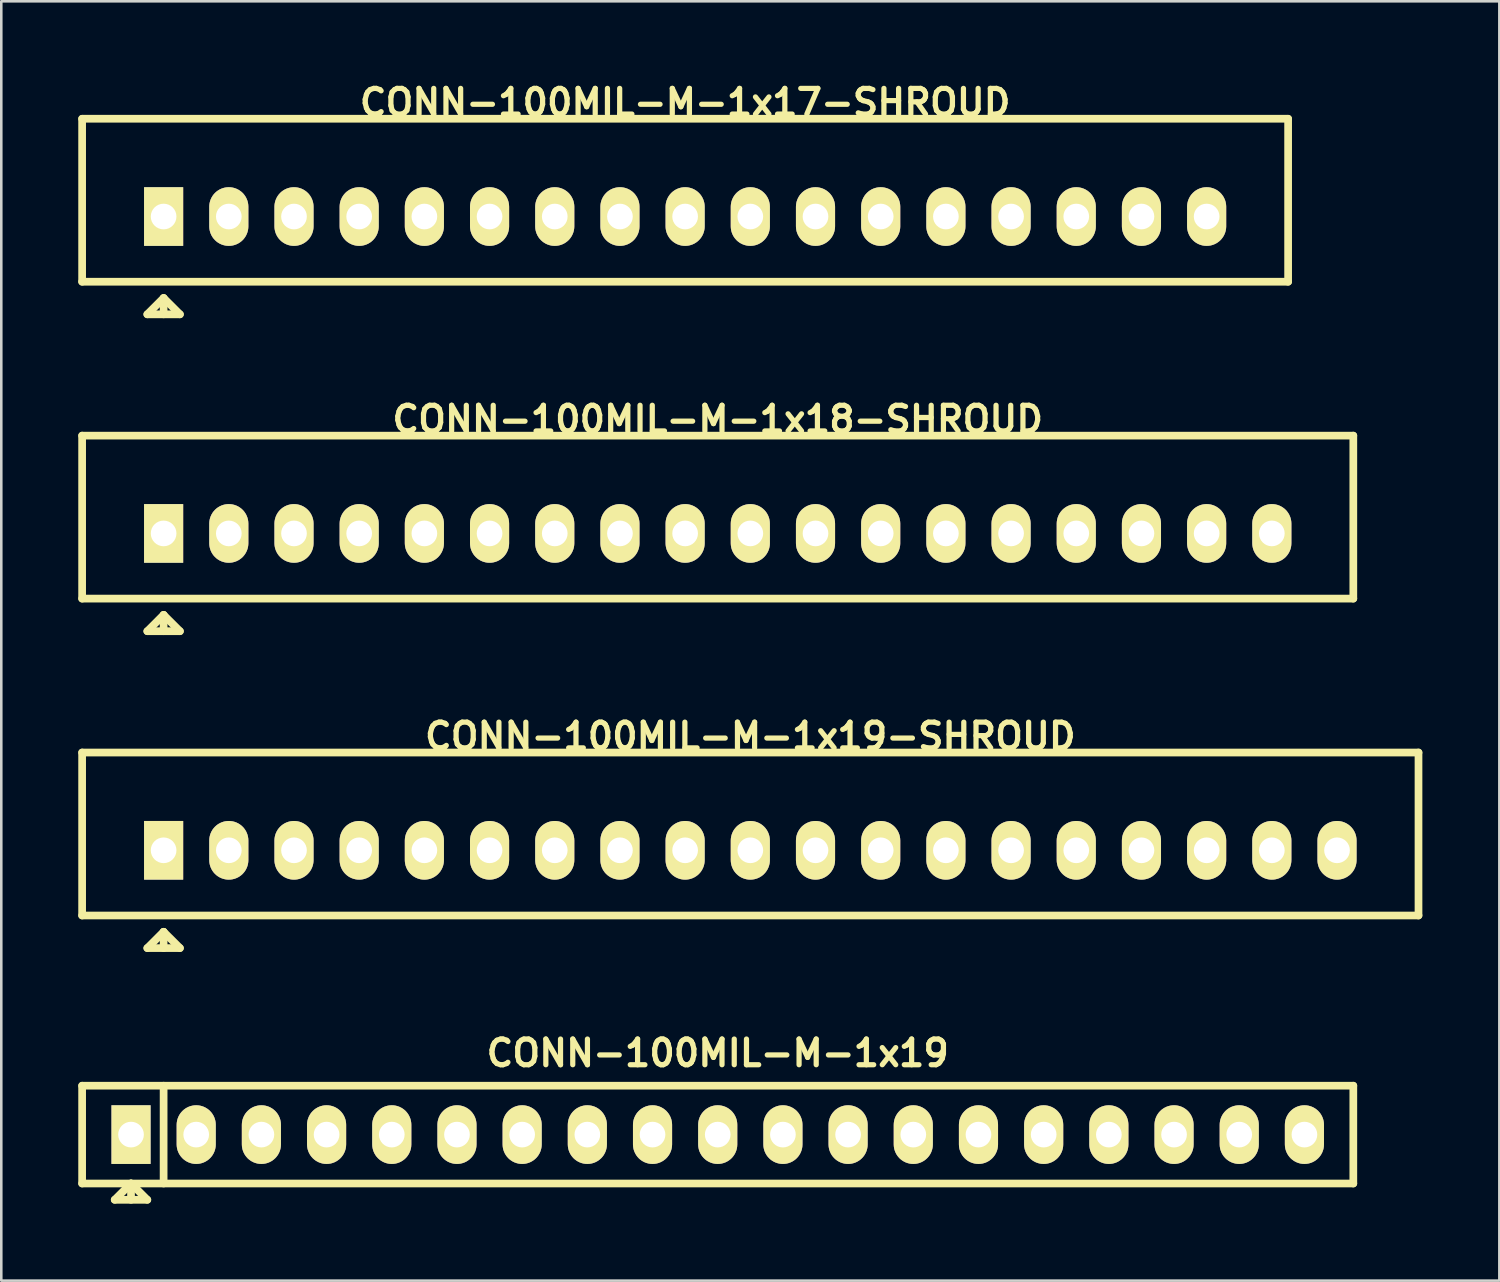
<source format=kicad_pcb>
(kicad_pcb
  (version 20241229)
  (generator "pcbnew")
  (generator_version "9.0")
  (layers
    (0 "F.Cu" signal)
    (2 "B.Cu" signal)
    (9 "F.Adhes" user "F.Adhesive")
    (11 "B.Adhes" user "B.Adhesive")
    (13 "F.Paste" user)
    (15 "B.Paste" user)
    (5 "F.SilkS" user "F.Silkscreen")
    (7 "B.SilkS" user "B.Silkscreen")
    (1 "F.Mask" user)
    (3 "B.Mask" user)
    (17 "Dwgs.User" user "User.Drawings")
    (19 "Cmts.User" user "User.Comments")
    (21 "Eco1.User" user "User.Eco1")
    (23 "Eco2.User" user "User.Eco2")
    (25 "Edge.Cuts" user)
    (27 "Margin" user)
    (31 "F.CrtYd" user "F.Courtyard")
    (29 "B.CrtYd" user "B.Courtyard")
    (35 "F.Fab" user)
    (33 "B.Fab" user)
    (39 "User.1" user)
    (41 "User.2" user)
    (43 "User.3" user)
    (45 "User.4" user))
  (footprint "CONN-100MIL-M-1x19-SHROUD"
    (layer "F.Cu")
    (at 26.185 30.081)
    (property "Reference" "CONN-100MIL-M-1x19-SHROUD" (at 0 -4.445 0) (layer "F.SilkS") (effects (font (size 1.001 1.001) (thickness 0.203))))
    (attr through_hole)
    (fp_line (start -26.035 2.54) (end -26.035 -3.81) (stroke (width 0.3) (type solid)) (layer "F.SilkS"))
    (fp_line (start -26.035 2.54) (end 26.035 2.54) (stroke (width 0.3) (type solid)) (layer "F.SilkS"))
    (fp_line (start -23.495 3.81) (end -22.225 3.81) (stroke (width 0.3) (type solid)) (layer "F.SilkS"))
    (fp_line (start -22.86 3.175) (end -23.495 3.81) (stroke (width 0.3) (type solid)) (layer "F.SilkS"))
    (fp_line (start -22.86 3.175) (end -22.86 3.81) (stroke (width 0.3) (type solid)) (layer "F.SilkS"))
    (fp_line (start -22.225 3.81) (end -22.86 3.175) (stroke (width 0.3) (type solid)) (layer "F.SilkS"))
    (fp_line (start 26.035 -3.81) (end -26.035 -3.81) (stroke (width 0.3) (type solid)) (layer "F.SilkS"))
    (fp_line (start 26.035 -3.81) (end 26.035 2.54) (stroke (width 0.3) (type solid)) (layer "F.SilkS"))
    (pad "1" thru_hole rect (at -22.86 0) (size 1.524 2.286) (drill 1) (layers "*.Cu" "*.Mask" "F.SilkS"))
    (pad "2" thru_hole oval (at -20.32 0) (size 1.524 2.286) (drill 1) (layers "*.Cu" "*.Mask" "F.SilkS"))
    (pad "3" thru_hole oval (at -17.78 0) (size 1.524 2.286) (drill 1) (layers "*.Cu" "*.Mask" "F.SilkS"))
    (pad "4" thru_hole oval (at -15.24 0) (size 1.524 2.286) (drill 1) (layers "*.Cu" "*.Mask" "F.SilkS"))
    (pad "5" thru_hole oval (at -12.7 0) (size 1.524 2.286) (drill 1) (layers "*.Cu" "*.Mask" "F.SilkS"))
    (pad "6" thru_hole oval (at -10.16 0) (size 1.524 2.286) (drill 1) (layers "*.Cu" "*.Mask" "F.SilkS"))
    (pad "7" thru_hole oval (at -7.62 0) (size 1.524 2.286) (drill 1) (layers "*.Cu" "*.Mask" "F.SilkS"))
    (pad "8" thru_hole oval (at -5.08 0) (size 1.524 2.286) (drill 1) (layers "*.Cu" "*.Mask" "F.SilkS"))
    (pad "9" thru_hole oval (at -2.54 0) (size 1.524 2.286) (drill 1) (layers "*.Cu" "*.Mask" "F.SilkS"))
    (pad "10" thru_hole oval (at 0 0) (size 1.524 2.286) (drill 1) (layers "*.Cu" "*.Mask" "F.SilkS"))
    (pad "11" thru_hole oval (at 2.54 0) (size 1.524 2.286) (drill 1) (layers "*.Cu" "*.Mask" "F.SilkS"))
    (pad "12" thru_hole oval (at 5.08 0) (size 1.524 2.286) (drill 1) (layers "*.Cu" "*.Mask" "F.SilkS"))
    (pad "13" thru_hole oval (at 7.62 0) (size 1.524 2.286) (drill 1) (layers "*.Cu" "*.Mask" "F.SilkS"))
    (pad "14" thru_hole oval (at 10.16 0) (size 1.524 2.286) (drill 1) (layers "*.Cu" "*.Mask" "F.SilkS"))
    (pad "15" thru_hole oval (at 12.7 0) (size 1.524 2.286) (drill 1) (layers "*.Cu" "*.Mask" "F.SilkS"))
    (pad "16" thru_hole oval (at 15.24 0) (size 1.524 2.286) (drill 1) (layers "*.Cu" "*.Mask" "F.SilkS"))
    (pad "17" thru_hole oval (at 17.78 0) (size 1.524 2.286) (drill 1) (layers "*.Cu" "*.Mask" "F.SilkS"))
    (pad "18" thru_hole oval (at 20.32 0) (size 1.524 2.286) (drill 1) (layers "*.Cu" "*.Mask" "F.SilkS"))
    (pad "19" thru_hole oval (at 22.86 0) (size 1.524 2.286) (drill 1) (layers "*.Cu" "*.Mask" "F.SilkS")))
  (footprint "CONN-100MIL-M-1x18-SHROUD"
    (layer "F.Cu")
    (at 24.915 17.734)
    (property "Reference" "CONN-100MIL-M-1x18-SHROUD" (at 0 -4.445 0) (layer "F.SilkS") (effects (font (size 1.001 1.001) (thickness 0.203))))
    (attr through_hole)
    (fp_line (start -24.765 2.54) (end -24.765 -3.81) (stroke (width 0.3) (type solid)) (layer "F.SilkS"))
    (fp_line (start -24.765 2.54) (end 24.765 2.54) (stroke (width 0.3) (type solid)) (layer "F.SilkS"))
    (fp_line (start -22.225 3.81) (end -20.955 3.81) (stroke (width 0.3) (type solid)) (layer "F.SilkS"))
    (fp_line (start -21.59 3.175) (end -22.225 3.81) (stroke (width 0.3) (type solid)) (layer "F.SilkS"))
    (fp_line (start -21.59 3.175) (end -21.59 3.81) (stroke (width 0.3) (type solid)) (layer "F.SilkS"))
    (fp_line (start -20.955 3.81) (end -21.59 3.175) (stroke (width 0.3) (type solid)) (layer "F.SilkS"))
    (fp_line (start 24.765 -3.81) (end -24.765 -3.81) (stroke (width 0.3) (type solid)) (layer "F.SilkS"))
    (fp_line (start 24.765 -3.81) (end 24.765 2.54) (stroke (width 0.3) (type solid)) (layer "F.SilkS"))
    (pad "1" thru_hole rect (at -21.59 0) (size 1.524 2.286) (drill 1) (layers "*.Cu" "*.Mask" "F.SilkS"))
    (pad "2" thru_hole oval (at -19.05 0) (size 1.524 2.286) (drill 1) (layers "*.Cu" "*.Mask" "F.SilkS"))
    (pad "3" thru_hole oval (at -16.51 0) (size 1.524 2.286) (drill 1) (layers "*.Cu" "*.Mask" "F.SilkS"))
    (pad "4" thru_hole oval (at -13.97 0) (size 1.524 2.286) (drill 1) (layers "*.Cu" "*.Mask" "F.SilkS"))
    (pad "5" thru_hole oval (at -11.43 0) (size 1.524 2.286) (drill 1) (layers "*.Cu" "*.Mask" "F.SilkS"))
    (pad "6" thru_hole oval (at -8.89 0) (size 1.524 2.286) (drill 1) (layers "*.Cu" "*.Mask" "F.SilkS"))
    (pad "7" thru_hole oval (at -6.35 0) (size 1.524 2.286) (drill 1) (layers "*.Cu" "*.Mask" "F.SilkS"))
    (pad "8" thru_hole oval (at -3.81 0) (size 1.524 2.286) (drill 1) (layers "*.Cu" "*.Mask" "F.SilkS"))
    (pad "9" thru_hole oval (at -1.27 0) (size 1.524 2.286) (drill 1) (layers "*.Cu" "*.Mask" "F.SilkS"))
    (pad "10" thru_hole oval (at 1.27 0) (size 1.524 2.286) (drill 1) (layers "*.Cu" "*.Mask" "F.SilkS"))
    (pad "11" thru_hole oval (at 3.81 0) (size 1.524 2.286) (drill 1) (layers "*.Cu" "*.Mask" "F.SilkS"))
    (pad "12" thru_hole oval (at 6.35 0) (size 1.524 2.286) (drill 1) (layers "*.Cu" "*.Mask" "F.SilkS"))
    (pad "13" thru_hole oval (at 8.89 0) (size 1.524 2.286) (drill 1) (layers "*.Cu" "*.Mask" "F.SilkS"))
    (pad "14" thru_hole oval (at 11.43 0) (size 1.524 2.286) (drill 1) (layers "*.Cu" "*.Mask" "F.SilkS"))
    (pad "15" thru_hole oval (at 13.97 0) (size 1.524 2.286) (drill 1) (layers "*.Cu" "*.Mask" "F.SilkS"))
    (pad "16" thru_hole oval (at 16.51 0) (size 1.524 2.286) (drill 1) (layers "*.Cu" "*.Mask" "F.SilkS"))
    (pad "17" thru_hole oval (at 19.05 0) (size 1.524 2.286) (drill 1) (layers "*.Cu" "*.Mask" "F.SilkS"))
    (pad "18" thru_hole oval (at 21.59 0) (size 1.524 2.286) (drill 1) (layers "*.Cu" "*.Mask" "F.SilkS")))
  (footprint "CONN-100MIL-M-1x17-SHROUD"
    (layer "F.Cu")
    (at 23.645 5.387)
    (property "Reference" "CONN-100MIL-M-1x17-SHROUD" (at 0 -4.445 0) (layer "F.SilkS") (effects (font (size 1.001 1.001) (thickness 0.203))))
    (attr through_hole)
    (fp_line (start -23.495 2.54) (end -23.495 -3.81) (stroke (width 0.3) (type solid)) (layer "F.SilkS"))
    (fp_line (start -23.495 2.54) (end 23.495 2.54) (stroke (width 0.3) (type solid)) (layer "F.SilkS"))
    (fp_line (start -20.955 3.81) (end -19.685 3.81) (stroke (width 0.3) (type solid)) (layer "F.SilkS"))
    (fp_line (start -20.32 3.175) (end -20.955 3.81) (stroke (width 0.3) (type solid)) (layer "F.SilkS"))
    (fp_line (start -20.32 3.175) (end -20.32 3.81) (stroke (width 0.3) (type solid)) (layer "F.SilkS"))
    (fp_line (start -19.685 3.81) (end -20.32 3.175) (stroke (width 0.3) (type solid)) (layer "F.SilkS"))
    (fp_line (start 23.495 -3.81) (end -23.495 -3.81) (stroke (width 0.3) (type solid)) (layer "F.SilkS"))
    (fp_line (start 23.495 -3.81) (end 23.495 2.54) (stroke (width 0.3) (type solid)) (layer "F.SilkS"))
    (pad "1" thru_hole rect (at -20.32 0) (size 1.524 2.286) (drill 1) (layers "*.Cu" "*.Mask" "F.SilkS"))
    (pad "2" thru_hole oval (at -17.78 0) (size 1.524 2.286) (drill 1) (layers "*.Cu" "*.Mask" "F.SilkS"))
    (pad "3" thru_hole oval (at -15.24 0) (size 1.524 2.286) (drill 1) (layers "*.Cu" "*.Mask" "F.SilkS"))
    (pad "4" thru_hole oval (at -12.7 0) (size 1.524 2.286) (drill 1) (layers "*.Cu" "*.Mask" "F.SilkS"))
    (pad "5" thru_hole oval (at -10.16 0) (size 1.524 2.286) (drill 1) (layers "*.Cu" "*.Mask" "F.SilkS"))
    (pad "6" thru_hole oval (at -7.62 0) (size 1.524 2.286) (drill 1) (layers "*.Cu" "*.Mask" "F.SilkS"))
    (pad "7" thru_hole oval (at -5.08 0) (size 1.524 2.286) (drill 1) (layers "*.Cu" "*.Mask" "F.SilkS"))
    (pad "8" thru_hole oval (at -2.54 0) (size 1.524 2.286) (drill 1) (layers "*.Cu" "*.Mask" "F.SilkS"))
    (pad "9" thru_hole oval (at 0 0) (size 1.524 2.286) (drill 1) (layers "*.Cu" "*.Mask" "F.SilkS"))
    (pad "10" thru_hole oval (at 2.54 0) (size 1.524 2.286) (drill 1) (layers "*.Cu" "*.Mask" "F.SilkS"))
    (pad "11" thru_hole oval (at 5.08 0) (size 1.524 2.286) (drill 1) (layers "*.Cu" "*.Mask" "F.SilkS"))
    (pad "12" thru_hole oval (at 7.62 0) (size 1.524 2.286) (drill 1) (layers "*.Cu" "*.Mask" "F.SilkS"))
    (pad "13" thru_hole oval (at 10.16 0) (size 1.524 2.286) (drill 1) (layers "*.Cu" "*.Mask" "F.SilkS"))
    (pad "14" thru_hole oval (at 12.7 0) (size 1.524 2.286) (drill 1) (layers "*.Cu" "*.Mask" "F.SilkS"))
    (pad "15" thru_hole oval (at 15.24 0) (size 1.524 2.286) (drill 1) (layers "*.Cu" "*.Mask" "F.SilkS"))
    (pad "16" thru_hole oval (at 17.78 0) (size 1.524 2.286) (drill 1) (layers "*.Cu" "*.Mask" "F.SilkS"))
    (pad "17" thru_hole oval (at 20.32 0) (size 1.524 2.286) (drill 1) (layers "*.Cu" "*.Mask" "F.SilkS")))
  (footprint "CONN-100MIL-M-1x19"
    (layer "F.Cu")
    (at 24.915 41.158)
    (property "Reference" "CONN-100MIL-M-1x19" (at 0 -3.175 0) (layer "F.SilkS") (effects (font (size 1.001 1.001) (thickness 0.203))))
    (attr through_hole)
    (fp_line (start -24.765 -1.905) (end 24.765 -1.905) (stroke (width 0.3) (type solid)) (layer "F.SilkS"))
    (fp_line (start -24.765 1.905) (end -24.765 -1.905) (stroke (width 0.3) (type solid)) (layer "F.SilkS"))
    (fp_line (start -23.495 2.54) (end -22.225 2.54) (stroke (width 0.3) (type solid)) (layer "F.SilkS"))
    (fp_line (start -22.86 1.905) (end -23.495 2.54) (stroke (width 0.3) (type solid)) (layer "F.SilkS"))
    (fp_line (start -22.86 1.905) (end -22.86 2.54) (stroke (width 0.3) (type solid)) (layer "F.SilkS"))
    (fp_line (start -22.225 2.54) (end -22.86 1.905) (stroke (width 0.3) (type solid)) (layer "F.SilkS"))
    (fp_line (start -21.59 -1.905) (end -21.59 1.905) (stroke (width 0.3) (type solid)) (layer "F.SilkS"))
    (fp_line (start 24.765 -1.905) (end 24.765 1.905) (stroke (width 0.3) (type solid)) (layer "F.SilkS"))
    (fp_line (start 24.765 1.905) (end -24.765 1.905) (stroke (width 0.3) (type solid)) (layer "F.SilkS"))
    (pad "1" thru_hole rect (at -22.86 0) (size 1.524 2.286) (drill 1) (layers "*.Cu" "*.Mask" "F.SilkS"))
    (pad "2" thru_hole oval (at -20.32 0) (size 1.524 2.286) (drill 1) (layers "*.Cu" "*.Mask" "F.SilkS"))
    (pad "3" thru_hole oval (at -17.78 0) (size 1.524 2.286) (drill 1) (layers "*.Cu" "*.Mask" "F.SilkS"))
    (pad "4" thru_hole oval (at -15.24 0) (size 1.524 2.286) (drill 1) (layers "*.Cu" "*.Mask" "F.SilkS"))
    (pad "5" thru_hole oval (at -12.7 0) (size 1.524 2.286) (drill 1) (layers "*.Cu" "*.Mask" "F.SilkS"))
    (pad "6" thru_hole oval (at -10.16 0) (size 1.524 2.286) (drill 1) (layers "*.Cu" "*.Mask" "F.SilkS"))
    (pad "7" thru_hole oval (at -7.62 0) (size 1.524 2.286) (drill 1) (layers "*.Cu" "*.Mask" "F.SilkS"))
    (pad "8" thru_hole oval (at -5.08 0) (size 1.524 2.286) (drill 1) (layers "*.Cu" "*.Mask" "F.SilkS"))
    (pad "9" thru_hole oval (at -2.54 0) (size 1.524 2.286) (drill 1) (layers "*.Cu" "*.Mask" "F.SilkS"))
    (pad "10" thru_hole oval (at 0 0) (size 1.524 2.286) (drill 1) (layers "*.Cu" "*.Mask" "F.SilkS"))
    (pad "11" thru_hole oval (at 2.54 0) (size 1.524 2.286) (drill 1) (layers "*.Cu" "*.Mask" "F.SilkS"))
    (pad "12" thru_hole oval (at 5.08 0) (size 1.524 2.286) (drill 1) (layers "*.Cu" "*.Mask" "F.SilkS"))
    (pad "13" thru_hole oval (at 7.62 0) (size 1.524 2.286) (drill 1) (layers "*.Cu" "*.Mask" "F.SilkS"))
    (pad "14" thru_hole oval (at 10.16 0) (size 1.524 2.286) (drill 1) (layers "*.Cu" "*.Mask" "F.SilkS"))
    (pad "15" thru_hole oval (at 12.7 0) (size 1.524 2.286) (drill 1) (layers "*.Cu" "*.Mask" "F.SilkS"))
    (pad "16" thru_hole oval (at 15.24 0) (size 1.524 2.286) (drill 1) (layers "*.Cu" "*.Mask" "F.SilkS"))
    (pad "17" thru_hole oval (at 17.78 0) (size 1.524 2.286) (drill 1) (layers "*.Cu" "*.Mask" "F.SilkS"))
    (pad "18" thru_hole oval (at 20.32 0) (size 1.524 2.286) (drill 1) (layers "*.Cu" "*.Mask" "F.SilkS"))
    (pad "19" thru_hole oval (at 22.86 0) (size 1.524 2.286) (drill 1) (layers "*.Cu" "*.Mask" "F.SilkS")))
  (gr_rect
    (start -3 -3)
    (end 55.37 46.848)
    (stroke (width 0.1) (type default))
    (fill no)
    (layer "Edge.Cuts")))
</source>
